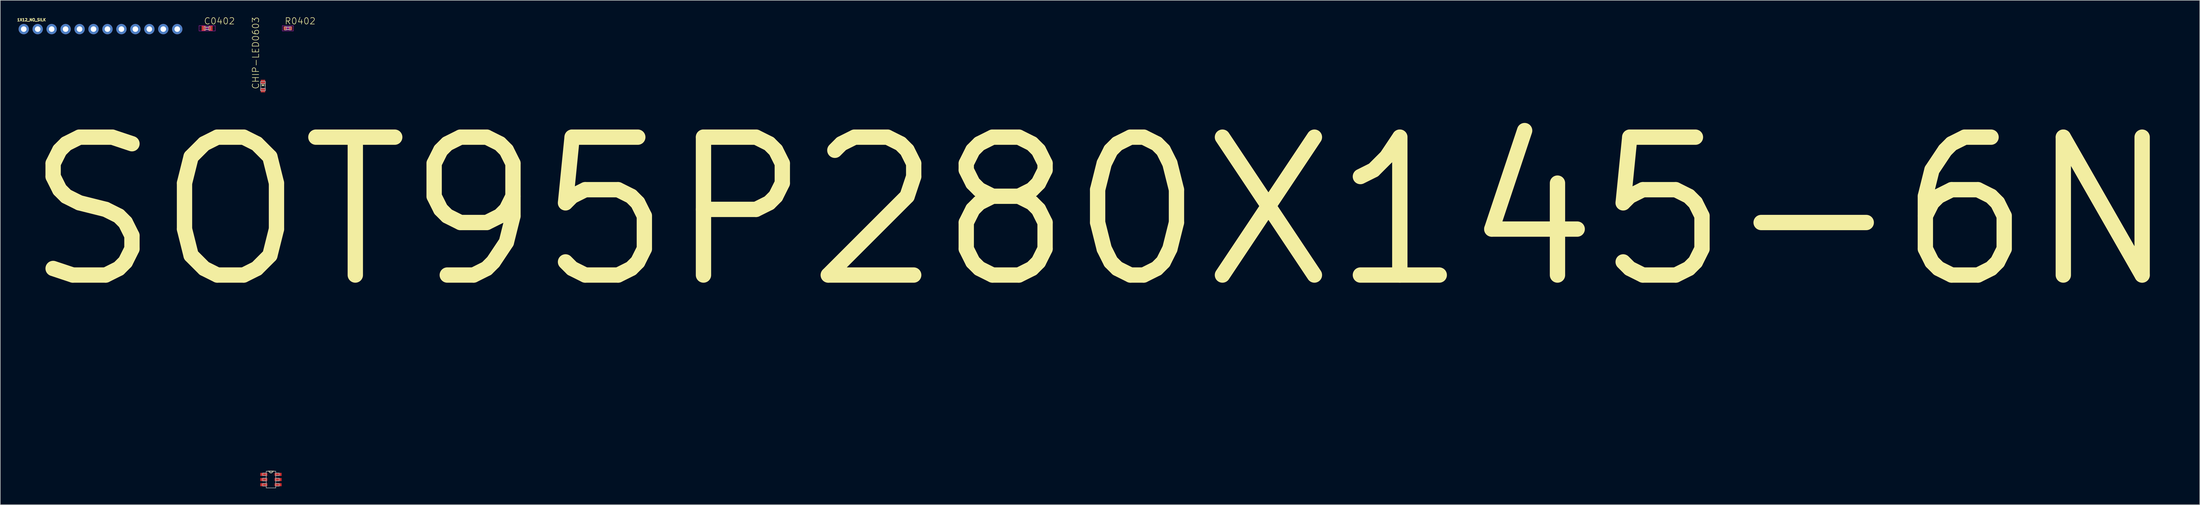
<source format=kicad_pcb>
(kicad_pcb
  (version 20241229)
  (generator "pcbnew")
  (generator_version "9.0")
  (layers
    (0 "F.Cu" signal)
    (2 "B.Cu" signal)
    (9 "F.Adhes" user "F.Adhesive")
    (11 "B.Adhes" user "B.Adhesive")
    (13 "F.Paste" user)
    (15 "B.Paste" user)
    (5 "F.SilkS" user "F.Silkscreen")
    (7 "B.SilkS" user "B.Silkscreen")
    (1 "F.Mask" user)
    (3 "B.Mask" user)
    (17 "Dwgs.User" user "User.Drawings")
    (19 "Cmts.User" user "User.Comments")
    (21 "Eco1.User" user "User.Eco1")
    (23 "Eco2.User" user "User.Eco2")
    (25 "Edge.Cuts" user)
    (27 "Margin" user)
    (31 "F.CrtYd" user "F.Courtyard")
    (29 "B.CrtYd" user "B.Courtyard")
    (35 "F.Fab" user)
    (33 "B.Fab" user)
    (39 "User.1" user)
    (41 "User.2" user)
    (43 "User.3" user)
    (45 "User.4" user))
  (footprint "C0402"
    (layer "F.Cu")
    (at 34.648 2.108)
    (property "Reference" "C0402" (at -0.635 -0.635 0) (layer "F.SilkS") (effects (font (size 1.168 1.168) (thickness 0.102)) (justify left bottom)))
    (fp_poly (pts (xy -0.2 0.3) (xy 0.2 0.3) (xy 0.2 -0.3) (xy -0.2 -0.3)) (stroke (width 0) (type solid)) (fill yes) (layer "F.Adhes"))
    (fp_line (start -1.473 -0.483) (end 1.473 -0.483) (stroke (width 0.051) (type solid)) (layer "F.CrtYd"))
    (fp_line (start -1.473 0.483) (end -1.473 -0.483) (stroke (width 0.051) (type solid)) (layer "F.CrtYd"))
    (fp_line (start 1.473 -0.483) (end 1.473 0.483) (stroke (width 0.051) (type solid)) (layer "F.CrtYd"))
    (fp_line (start 1.473 0.483) (end -1.473 0.483) (stroke (width 0.051) (type solid)) (layer "F.CrtYd"))
    (fp_line (start -0.245 -0.224) (end 0.245 -0.224) (stroke (width 0.152) (type solid)) (layer "F.Fab"))
    (fp_line (start 0.245 0.224) (end -0.245 0.224) (stroke (width 0.152) (type solid)) (layer "F.Fab"))
    (fp_poly (pts (xy -0.554 0.305) (xy -0.254 0.305) (xy -0.254 -0.295) (xy -0.554 -0.295)) (stroke (width 0.1) (type solid)) (fill no) (layer "F.Fab"))
    (fp_poly (pts (xy 0.259 0.305) (xy 0.559 0.305) (xy 0.559 -0.295) (xy 0.259 -0.295)) (stroke (width 0.1) (type solid)) (fill no) (layer "F.Fab"))
    (pad "1" smd rect (at -0.65 0) (size 0.7 0.9) (layers "F.Cu" "F.Mask" "F.Paste"))
    (pad "2" smd rect (at 0.65 0) (size 0.7 0.9) (layers "F.Cu" "F.Mask" "F.Paste")))
  (footprint "R0402"
    (layer "F.Cu")
    (at 49.337 2.108)
    (property "Reference" "R0402" (at -0.635 -0.635 0) (layer "F.SilkS") (effects (font (size 1.168 1.168) (thickness 0.102)) (justify left bottom)))
    (fp_poly (pts (xy -0.2 0.35) (xy 0.2 0.35) (xy 0.2 -0.35) (xy -0.2 -0.35)) (stroke (width 0) (type solid)) (fill yes) (layer "F.Adhes"))
    (fp_line (start -1 -0.483) (end 1 -0.483) (stroke (width 0.051) (type solid)) (layer "F.CrtYd"))
    (fp_line (start -1 0.483) (end -1 -0.483) (stroke (width 0.051) (type solid)) (layer "F.CrtYd"))
    (fp_line (start 1 -0.483) (end 1 0.483) (stroke (width 0.051) (type solid)) (layer "F.CrtYd"))
    (fp_line (start 1 0.483) (end -1 0.483) (stroke (width 0.051) (type solid)) (layer "F.CrtYd"))
    (fp_line (start -0.245 -0.224) (end 0.245 -0.224) (stroke (width 0.152) (type solid)) (layer "F.Fab"))
    (fp_line (start 0.245 0.224) (end -0.245 0.224) (stroke (width 0.152) (type solid)) (layer "F.Fab"))
    (fp_poly (pts (xy -0.554 0.305) (xy -0.254 0.305) (xy -0.254 -0.295) (xy -0.554 -0.295)) (stroke (width 0.1) (type solid)) (fill no) (layer "F.Fab"))
    (fp_poly (pts (xy 0.259 0.305) (xy 0.559 0.305) (xy 0.559 -0.295) (xy 0.259 -0.295)) (stroke (width 0.1) (type solid)) (fill no) (layer "F.Fab"))
    (pad "1" smd rect (at -0.5 0) (size 0.6 0.7) (layers "F.Cu" "F.Mask" "F.Paste"))
    (pad "2" smd rect (at 0.5 0) (size 0.6 0.7) (layers "F.Cu" "F.Mask" "F.Paste")))
  (footprint "CHIP-LED0603"
    (layer "F.Cu")
    (at 44.812 12.622)
    (property "Reference" "CHIP-LED0603" (at -0.635 0.635 90) (layer "F.SilkS") (effects (font (size 1.168 1.168) (thickness 0.102)) (justify left bottom)))
    (fp_poly (pts (xy -0.45 0) (xy -0.3 0) (xy -0.3 -0.3) (xy -0.45 -0.3)) (stroke (width 0) (type solid)) (fill yes) (layer "F.SilkS"))
    (fp_poly (pts (xy -0.15 0) (xy 0.15 0) (xy 0.15 -0.3) (xy -0.15 -0.3)) (stroke (width 0) (type solid)) (fill yes) (layer "F.SilkS"))
    (fp_poly (pts (xy 0.3 0) (xy 0.45 0) (xy 0.45 -0.3) (xy 0.3 -0.3)) (stroke (width 0) (type solid)) (fill yes) (layer "F.SilkS"))
    (fp_line (start -0.4 -0.45) (end -0.4 0.45) (stroke (width 0.102) (type solid)) (layer "F.Fab"))
    (fp_line (start 0.4 -0.45) (end 0.4 0.45) (stroke (width 0.102) (type solid)) (layer "F.Fab"))
    (fp_poly (pts (xy -0.45 -0.45) (xy 0.45 -0.45) (xy 0.45 -0.85) (xy -0.45 -0.85)) (stroke (width 0.1) (type solid)) (fill no) (layer "F.Fab"))
    (fp_poly (pts (xy -0.45 0.85) (xy 0.45 0.85) (xy 0.45 0.45) (xy -0.45 0.45)) (stroke (width 0.1) (type solid)) (fill no) (layer "F.Fab"))
    (pad "A" smd rect (at 0 0.75) (size 0.8 0.8) (layers "F.Cu" "F.Mask" "F.Paste"))
    (pad "C" smd rect (at 0 -0.75) (size 0.8 0.8) (layers "F.Cu" "F.Mask" "F.Paste")))
  (footprint "1X12_NO_SILK"
    (layer "F.Cu")
    (at 1.27 2.25)
    (property "Reference" "1X12_NO_SILK" (at -1.27 -1.397 0) (layer "F.SilkS") (effects (font (size 0.488 0.488) (thickness 0.122)) (justify left bottom)))
    (pad "1" thru_hole circle (at 0 0 90) (size 1.88 1.88) (drill 1.016) (layers "*.Cu" "*.Mask"))
    (pad "2" thru_hole circle (at 2.54 0 90) (size 1.88 1.88) (drill 1.016) (layers "*.Cu" "*.Mask"))
    (pad "3" thru_hole circle (at 5.08 0 90) (size 1.88 1.88) (drill 1.016) (layers "*.Cu" "*.Mask"))
    (pad "4" thru_hole circle (at 7.62 0 90) (size 1.88 1.88) (drill 1.016) (layers "*.Cu" "*.Mask"))
    (pad "5" thru_hole circle (at 10.16 0 90) (size 1.88 1.88) (drill 1.016) (layers "*.Cu" "*.Mask"))
    (pad "6" thru_hole circle (at 12.7 0 90) (size 1.88 1.88) (drill 1.016) (layers "*.Cu" "*.Mask"))
    (pad "7" thru_hole circle (at 15.24 0 90) (size 1.88 1.88) (drill 1.016) (layers "*.Cu" "*.Mask"))
    (pad "8" thru_hole circle (at 17.78 0 90) (size 1.88 1.88) (drill 1.016) (layers "*.Cu" "*.Mask"))
    (pad "9" thru_hole circle (at 20.32 0 90) (size 1.88 1.88) (drill 1.016) (layers "*.Cu" "*.Mask"))
    (pad "10" thru_hole circle (at 22.86 0 90) (size 1.88 1.88) (drill 1.016) (layers "*.Cu" "*.Mask"))
    (pad "11" thru_hole circle (at 25.4 0 90) (size 1.88 1.88) (drill 1.016) (layers "*.Cu" "*.Mask"))
    (pad "12" thru_hole circle (at 27.94 0 90) (size 1.88 1.88) (drill 1.016) (layers "*.Cu" "*.Mask")))
  (footprint "SOT95P280X145-6N"
    (layer "F.Cu")
    (at 46.267 84.272)
    (property "Reference" "SOT95P280X145-6N" (at -46.267 -34.022 0) (layer "F.SilkS") (effects (font (size 25.108 25.108) (thickness 2.79)) (justify left bottom)))
    (fp_line (start -0.305 -1.524) (end -0.533 -1.524) (stroke (width 0.152) (type solid)) (layer "F.SilkS"))
    (fp_line (start 0.305 -1.524) (end -0.305 -1.524) (stroke (width 0.152) (type solid)) (layer "F.SilkS"))
    (fp_line (start 0.533 -1.524) (end 0.305 -1.524) (stroke (width 0.152) (type solid)) (layer "F.SilkS"))
    (fp_arc (start 0.3048 -1.524) (mid 0 -1.2192) (end -0.3048 -1.524) (stroke (width 0.1524) (type solid)) (layer "F.SilkS"))
    (fp_line (start -1.499 -1.194) (end -1.499 -0.711) (stroke (width 0.1) (type solid)) (layer "F.Fab"))
    (fp_line (start -1.499 -0.711) (end -0.864 -0.711) (stroke (width 0.1) (type solid)) (layer "F.Fab"))
    (fp_line (start -1.499 -0.254) (end -1.499 0.254) (stroke (width 0.1) (type solid)) (layer "F.Fab"))
    (fp_line (start -1.499 0.254) (end -0.864 0.254) (stroke (width 0.1) (type solid)) (layer "F.Fab"))
    (fp_line (start -1.499 0.711) (end -1.499 1.194) (stroke (width 0.1) (type solid)) (layer "F.Fab"))
    (fp_line (start -1.499 1.194) (end -0.864 1.194) (stroke (width 0.1) (type solid)) (layer "F.Fab"))
    (fp_line (start -0.864 -1.524) (end -0.864 -1.194) (stroke (width 0.1) (type solid)) (layer "F.Fab"))
    (fp_line (start -0.864 -1.194) (end -1.499 -1.194) (stroke (width 0.1) (type solid)) (layer "F.Fab"))
    (fp_line (start -0.864 -1.194) (end -0.864 -0.711) (stroke (width 0.1) (type solid)) (layer "F.Fab"))
    (fp_line (start -0.864 -0.711) (end -0.864 -0.254) (stroke (width 0.1) (type solid)) (layer "F.Fab"))
    (fp_line (start -0.864 -0.254) (end -1.499 -0.254) (stroke (width 0.1) (type solid)) (layer "F.Fab"))
    (fp_line (start -0.864 -0.254) (end -0.864 0.254) (stroke (width 0.1) (type solid)) (layer "F.Fab"))
    (fp_line (start -0.864 0.254) (end -0.864 0.711) (stroke (width 0.1) (type solid)) (layer "F.Fab"))
    (fp_line (start -0.864 0.711) (end -1.499 0.711) (stroke (width 0.1) (type solid)) (layer "F.Fab"))
    (fp_line (start -0.864 1.194) (end -0.864 0.711) (stroke (width 0.1) (type solid)) (layer "F.Fab"))
    (fp_line (start -0.864 1.524) (end -0.864 1.194) (stroke (width 0.1) (type solid)) (layer "F.Fab"))
    (fp_line (start -0.864 1.524) (end 0.864 1.524) (stroke (width 0.1) (type solid)) (layer "F.Fab"))
    (fp_line (start -0.305 -1.524) (end -0.864 -1.524) (stroke (width 0.1) (type solid)) (layer "F.Fab"))
    (fp_line (start 0.305 -1.524) (end -0.305 -1.524) (stroke (width 0.1) (type solid)) (layer "F.Fab"))
    (fp_line (start 0.864 -1.524) (end 0.305 -1.524) (stroke (width 0.1) (type solid)) (layer "F.Fab"))
    (fp_line (start 0.864 -1.524) (end 0.864 -1.194) (stroke (width 0.1) (type solid)) (layer "F.Fab"))
    (fp_line (start 0.864 -1.194) (end 0.864 -0.711) (stroke (width 0.1) (type solid)) (layer "F.Fab"))
    (fp_line (start 0.864 -0.711) (end 1.499 -0.711) (stroke (width 0.1) (type solid)) (layer "F.Fab"))
    (fp_line (start 0.864 -0.254) (end 0.864 -0.711) (stroke (width 0.1) (type solid)) (layer "F.Fab"))
    (fp_line (start 0.864 0.254) (end 0.864 -0.254) (stroke (width 0.1) (type solid)) (layer "F.Fab"))
    (fp_line (start 0.864 0.254) (end 1.499 0.254) (stroke (width 0.1) (type solid)) (layer "F.Fab"))
    (fp_line (start 0.864 0.711) (end 0.864 0.254) (stroke (width 0.1) (type solid)) (layer "F.Fab"))
    (fp_line (start 0.864 1.194) (end 0.864 0.711) (stroke (width 0.1) (type solid)) (layer "F.Fab"))
    (fp_line (start 0.864 1.194) (end 1.499 1.194) (stroke (width 0.1) (type solid)) (layer "F.Fab"))
    (fp_line (start 0.864 1.524) (end 0.864 1.194) (stroke (width 0.1) (type solid)) (layer "F.Fab"))
    (fp_line (start 1.499 -1.194) (end 0.864 -1.194) (stroke (width 0.1) (type solid)) (layer "F.Fab"))
    (fp_line (start 1.499 -0.711) (end 1.499 -1.194) (stroke (width 0.1) (type solid)) (layer "F.Fab"))
    (fp_line (start 1.499 -0.254) (end 0.864 -0.254) (stroke (width 0.1) (type solid)) (layer "F.Fab"))
    (fp_line (start 1.499 0.254) (end 1.499 -0.254) (stroke (width 0.1) (type solid)) (layer "F.Fab"))
    (fp_line (start 1.499 0.711) (end 0.864 0.711) (stroke (width 0.1) (type solid)) (layer "F.Fab"))
    (fp_line (start 1.499 1.194) (end 1.499 0.711) (stroke (width 0.1) (type solid)) (layer "F.Fab"))
    (fp_arc (start 0.3048 -1.524) (mid 0 -1.2192) (end -0.3048 -1.524) (stroke (width 0.1) (type solid)) (layer "F.Fab"))
    (pad "1" smd rect (at -1.295 -0.94) (size 1.27 0.559) (layers "F.Cu" "F.Mask" "F.Paste"))
    (pad "2" smd rect (at -1.295 0) (size 1.27 0.559) (layers "F.Cu" "F.Mask" "F.Paste"))
    (pad "3" smd rect (at -1.295 0.94) (size 1.27 0.559) (layers "F.Cu" "F.Mask" "F.Paste"))
    (pad "4" smd rect (at 1.295 0.94) (size 1.27 0.559) (layers "F.Cu" "F.Mask" "F.Paste"))
    (pad "5" smd rect (at 1.295 0) (size 1.27 0.559) (layers "F.Cu" "F.Mask" "F.Paste"))
    (pad "6" smd rect (at 1.295 -0.94) (size 1.27 0.559) (layers "F.Cu" "F.Mask" "F.Paste")))
  (gr_rect
    (start -3 -3)
    (end 397.311 88.846)
    (stroke (width 0.1) (type default))
    (fill no)
    (layer "Edge.Cuts")))
</source>
